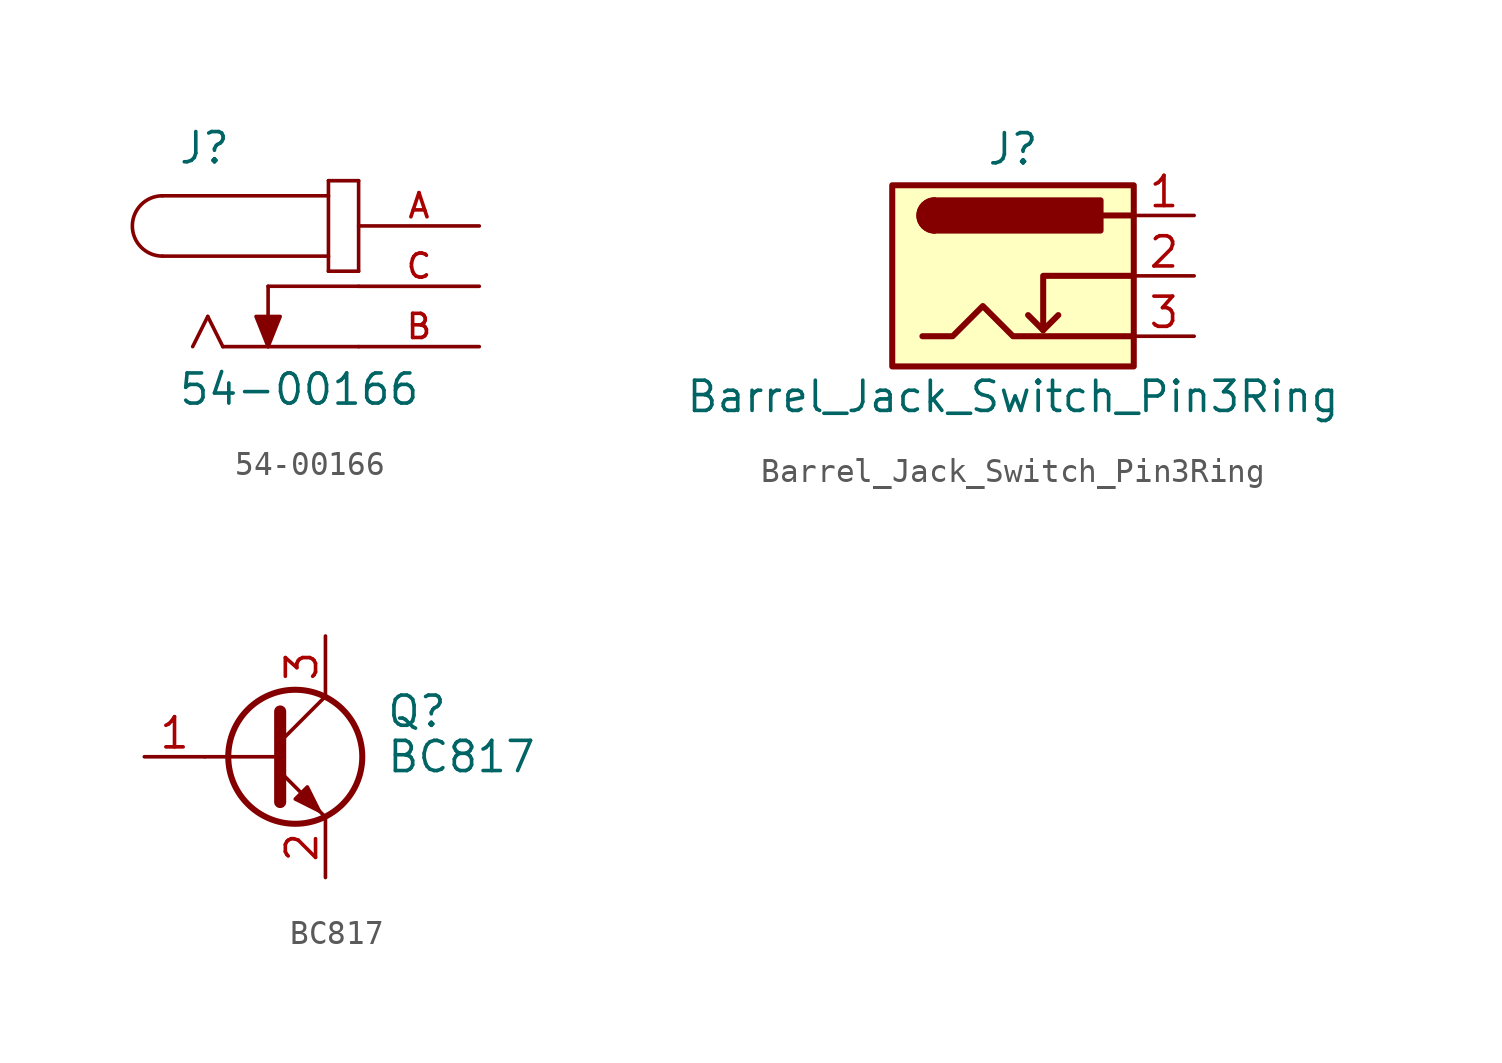
<source format=kicad_sym>
(kicad_symbol_lib
  (version 20241209)
  (generator "kicad_symbol_editor")
  (generator_version "9.0")
  (symbol "54-00166"
    (pin_names
      (offset 1.016))
    (property "Reference" "J"
      (at -7.62 5.08 0)
      (effects (font (size 1.27 1.27)) (justify left bottom)))
    (property "Value" "54-00166"
      (at -7.62 -5.08 0)
      (effects (font (size 1.27 1.27)) (justify left bottom)))
    (symbol "54-00166_0_0"
      (polyline (pts (xy -8.255 3.81) (xy -1.27 3.81)) (stroke (width 0.152) (type default)) (fill (type none)))
      (arc (start -8.255 1.27) (mid -9.5194 2.54) (end -8.255 3.81) (stroke (width 0.1524) (type default)) (fill (type none)))
      (polyline (pts (xy -6.35 -1.27) (xy -6.985 -2.54)) (stroke (width 0.152) (type default)) (fill (type none)))
      (polyline (pts (xy -5.715 -2.54) (xy -6.35 -1.27)) (stroke (width 0.152) (type default)) (fill (type none)))
      (polyline (pts (xy -3.81 0) (xy -3.81 -2.54)) (stroke (width 0.152) (type default)) (fill (type none)))
      (polyline (pts (xy -3.81 -2.54) (xy -4.318 -1.27) (xy -3.302 -1.27) (xy -3.81 -2.54)) (stroke (width 0.152) (type default)) (fill (type outline)))
      (polyline (pts (xy -1.27 4.445) (xy -1.27 3.81)) (stroke (width 0.152) (type default)) (fill (type none)))
      (polyline (pts (xy -1.27 3.81) (xy -1.27 1.27)) (stroke (width 0.152) (type default)) (fill (type none)))
      (polyline (pts (xy -1.27 1.27) (xy -8.255 1.27)) (stroke (width 0.152) (type default)) (fill (type none)))
      (polyline (pts (xy -1.27 1.27) (xy -1.27 0.635)) (stroke (width 0.152) (type default)) (fill (type none)))
      (polyline (pts (xy -1.27 0.635) (xy 0 0.635)) (stroke (width 0.152) (type default)) (fill (type none)))
      (polyline (pts (xy 0 4.445) (xy -1.27 4.445)) (stroke (width 0.152) (type default)) (fill (type none)))
      (polyline (pts (xy 0 0.635) (xy 0 4.445)) (stroke (width 0.152) (type default)) (fill (type none)))
      (polyline (pts (xy 0 0) (xy -3.81 0)) (stroke (width 0.152) (type default)) (fill (type none)))
      (polyline (pts (xy 0 -2.54) (xy -5.715 -2.54)) (stroke (width 0.152) (type default)) (fill (type none)))
      (pin passive line (at 5.08 2.54 180) (length 5.08) (name "~" (effects (font (size 1.016 1.016)))) (number "A" (effects (font (size 1.016 1.016)))))
      (pin passive line (at 5.08 0 180) (length 5.08) (name "~" (effects (font (size 1.016 1.016)))) (number "C" (effects (font (size 1.016 1.016)))))
      (pin passive line (at 5.08 -2.54 180) (length 5.08) (name "~" (effects (font (size 1.016 1.016)))) (number "B" (effects (font (size 1.016 1.016)))))))
  (symbol "Barrel_Jack_Switch_Pin3Ring"
    (pin_names
      (hide yes))
    (property "Reference" "J"
      (at 0 5.334 0)
      (effects (font (size 1.27 1.27))))
    (property "Value" "Barrel_Jack_Switch_Pin3Ring"
      (at 0 -5.08 0)
      (effects (font (size 1.27 1.27))))
    (symbol "Barrel_Jack_Switch_Pin3Ring_0_1"
      (rectangle (start -5.08 3.81) (end 5.08 -3.81) (stroke (width 0.254) (type default)) (fill (type background)))
      (polyline (pts (xy -3.81 -2.54) (xy -2.54 -2.54) (xy -1.27 -1.27) (xy 0 -2.54) (xy 2.54 -2.54) (xy 5.08 -2.54)) (stroke (width 0.254) (type default)) (fill (type none)))
      (arc (start -3.302 1.905) (mid -3.9343 2.54) (end -3.302 3.175) (stroke (width 0.254) (type default)) (fill (type none)))
      (arc (start -3.302 1.905) (mid -3.9343 2.54) (end -3.302 3.175) (stroke (width 0.254) (type default)) (fill (type outline)))
      (polyline (pts (xy 1.27 -2.286) (xy 1.905 -1.651)) (stroke (width 0.254) (type default)) (fill (type none)))
      (rectangle (start 3.683 3.175) (end -3.302 1.905) (stroke (width 0.254) (type default)) (fill (type outline)))
      (polyline (pts (xy 5.08 2.54) (xy 3.81 2.54)) (stroke (width 0.254) (type default)) (fill (type none)))
      (polyline (pts (xy 5.08 0) (xy 1.27 0) (xy 1.27 -2.286) (xy 0.635 -1.651)) (stroke (width 0.254) (type default)) (fill (type none))))
    (symbol "Barrel_Jack_Switch_Pin3Ring_1_1"
      (pin passive line (at 7.62 2.54 180) (length 2.54) (name "~" (effects (font (size 1.27 1.27)))) (number "1" (effects (font (size 1.27 1.27)))))
      (pin passive line (at 7.62 0 180) (length 2.54) (name "~" (effects (font (size 1.27 1.27)))) (number "2" (effects (font (size 1.27 1.27)))))
      (pin passive line (at 7.62 -2.54 180) (length 2.54) (name "~" (effects (font (size 1.27 1.27)))) (number "3" (effects (font (size 1.27 1.27)))))))
  (symbol "BC817"
    (pin_names
      (offset 0)
      (hide yes))
    (property "Reference" "Q"
      (at 5.08 1.905 0)
      (effects (font (size 1.27 1.27)) (justify left)))
    (property "Value" "BC817"
      (at 5.08 0 0)
      (effects (font (size 1.27 1.27)) (justify left)))
    (symbol "BC817_0_1"
      (polyline (pts (xy -2.54 0) (xy 0.635 0)) (stroke (width 0) (type default)) (fill (type none)))
      (polyline (pts (xy 0.635 1.905) (xy 0.635 -1.905)) (stroke (width 0.508) (type default)) (fill (type none)))
      (circle (center 1.27 0) (radius 2.819) (stroke (width 0.254) (type default)) (fill (type none))))
    (symbol "BC817_1_1"
      (polyline (pts (xy 0.635 0.635) (xy 2.54 2.54)) (stroke (width 0) (type default)) (fill (type none)))
      (polyline (pts (xy 0.635 -0.635) (xy 2.54 -2.54)) (stroke (width 0) (type default)) (fill (type none)))
      (polyline (pts (xy 1.27 -1.778) (xy 1.778 -1.27) (xy 2.286 -2.286) (xy 1.27 -1.778)) (stroke (width 0) (type default)) (fill (type outline)))
      (pin input line (at -5.08 0 0) (length 2.54) (name "B" (effects (font (size 1.27 1.27)))) (number "1" (effects (font (size 1.27 1.27)))))
      (pin passive line (at 2.54 5.08 270) (length 2.54) (name "C" (effects (font (size 1.27 1.27)))) (number "3" (effects (font (size 1.27 1.27)))))
      (pin passive line (at 2.54 -5.08 90) (length 2.54) (name "E" (effects (font (size 1.27 1.27)))) (number "2" (effects (font (size 1.27 1.27))))))))
</source>
